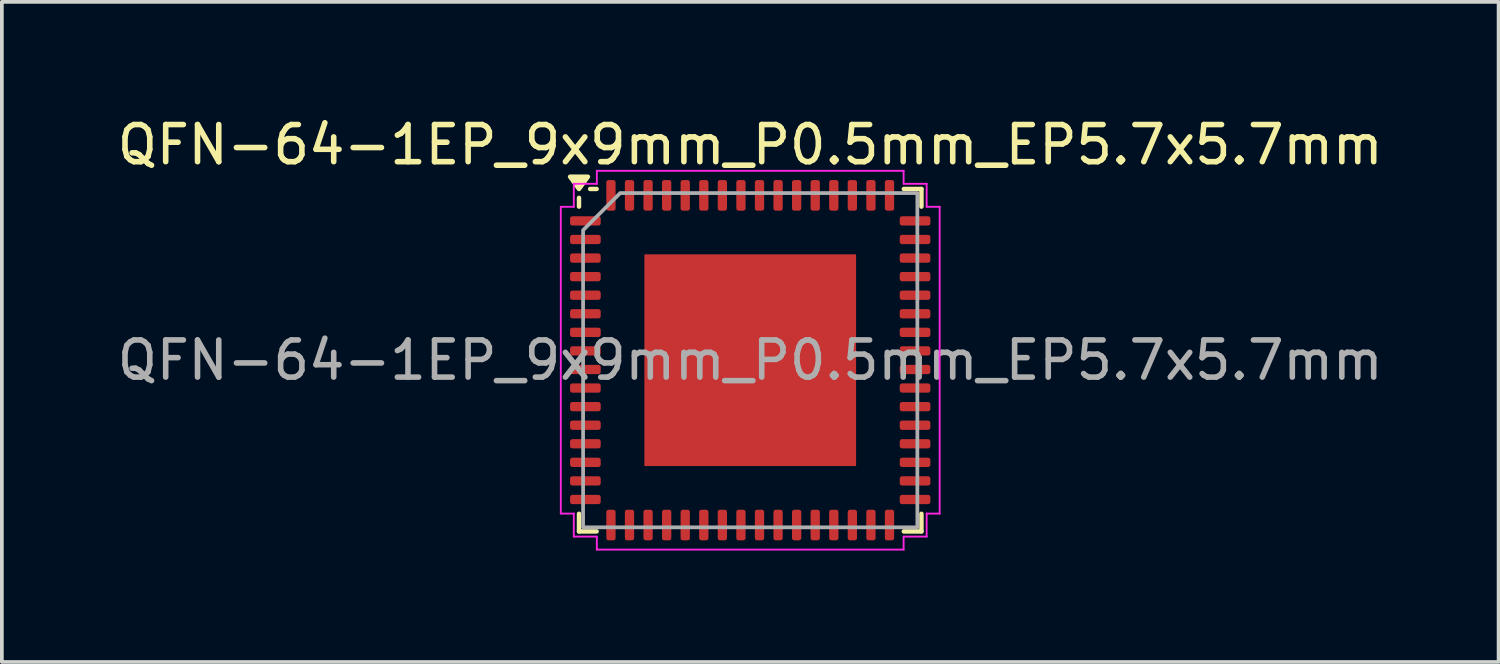
<source format=kicad_pcb>
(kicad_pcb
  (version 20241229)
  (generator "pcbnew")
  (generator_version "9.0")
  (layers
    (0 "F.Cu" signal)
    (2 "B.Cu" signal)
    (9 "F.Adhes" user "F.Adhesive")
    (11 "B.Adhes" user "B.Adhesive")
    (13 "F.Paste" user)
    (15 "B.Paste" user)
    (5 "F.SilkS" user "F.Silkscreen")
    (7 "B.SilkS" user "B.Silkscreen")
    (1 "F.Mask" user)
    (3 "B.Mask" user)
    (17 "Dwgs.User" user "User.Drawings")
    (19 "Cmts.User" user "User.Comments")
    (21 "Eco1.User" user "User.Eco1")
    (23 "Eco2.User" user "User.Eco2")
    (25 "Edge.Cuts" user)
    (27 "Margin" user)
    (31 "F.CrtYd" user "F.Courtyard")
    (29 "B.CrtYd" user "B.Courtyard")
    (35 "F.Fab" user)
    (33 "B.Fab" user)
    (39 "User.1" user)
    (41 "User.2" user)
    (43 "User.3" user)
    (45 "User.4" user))
  (footprint "QFN-64-1EP_9x9mm_P0.5mm_EP5.7x5.7mm"
    (layer "F.Cu")
    (at 17.149 6.648)
    (property "Reference" "QFN-64-1EP_9x9mm_P0.5mm_EP5.7x5.7mm" (at 0 -5.8 0) (layer "F.SilkS") (effects (font (size 1 1) (thickness 0.15))))
    (attr smd)
    (fp_line (start -4.61 -4.135) (end -4.61 -4.37) (stroke (width 0.12) (type solid)) (layer "F.SilkS"))
    (fp_line (start -4.61 4.61) (end -4.61 4.135) (stroke (width 0.12) (type solid)) (layer "F.SilkS"))
    (fp_line (start -4.135 -4.61) (end -4.31 -4.61) (stroke (width 0.12) (type solid)) (layer "F.SilkS"))
    (fp_line (start -4.135 4.61) (end -4.61 4.61) (stroke (width 0.12) (type solid)) (layer "F.SilkS"))
    (fp_line (start 4.135 -4.61) (end 4.61 -4.61) (stroke (width 0.12) (type solid)) (layer "F.SilkS"))
    (fp_line (start 4.135 4.61) (end 4.61 4.61) (stroke (width 0.12) (type solid)) (layer "F.SilkS"))
    (fp_line (start 4.61 -4.61) (end 4.61 -4.135) (stroke (width 0.12) (type solid)) (layer "F.SilkS"))
    (fp_line (start 4.61 4.61) (end 4.61 4.135) (stroke (width 0.12) (type solid)) (layer "F.SilkS"))
    (fp_poly (pts (xy -4.61 -4.61) (xy -4.85 -4.94) (xy -4.37 -4.94)) (stroke (width 0.12) (type solid)) (fill yes) (layer "F.SilkS"))
    (fp_line (start -5.1 -4.13) (end -4.75 -4.13) (stroke (width 0.05) (type solid)) (layer "F.CrtYd"))
    (fp_line (start -5.1 4.13) (end -5.1 -4.13) (stroke (width 0.05) (type solid)) (layer "F.CrtYd"))
    (fp_line (start -4.75 -4.75) (end -4.13 -4.75) (stroke (width 0.05) (type solid)) (layer "F.CrtYd"))
    (fp_line (start -4.75 -4.13) (end -4.75 -4.75) (stroke (width 0.05) (type solid)) (layer "F.CrtYd"))
    (fp_line (start -4.75 4.13) (end -5.1 4.13) (stroke (width 0.05) (type solid)) (layer "F.CrtYd"))
    (fp_line (start -4.75 4.75) (end -4.75 4.13) (stroke (width 0.05) (type solid)) (layer "F.CrtYd"))
    (fp_line (start -4.13 -5.1) (end 4.13 -5.1) (stroke (width 0.05) (type solid)) (layer "F.CrtYd"))
    (fp_line (start -4.13 -4.75) (end -4.13 -5.1) (stroke (width 0.05) (type solid)) (layer "F.CrtYd"))
    (fp_line (start -4.13 4.75) (end -4.75 4.75) (stroke (width 0.05) (type solid)) (layer "F.CrtYd"))
    (fp_line (start -4.13 5.1) (end -4.13 4.75) (stroke (width 0.05) (type solid)) (layer "F.CrtYd"))
    (fp_line (start 4.13 -5.1) (end 4.13 -4.75) (stroke (width 0.05) (type solid)) (layer "F.CrtYd"))
    (fp_line (start 4.13 -4.75) (end 4.75 -4.75) (stroke (width 0.05) (type solid)) (layer "F.CrtYd"))
    (fp_line (start 4.13 4.75) (end 4.13 5.1) (stroke (width 0.05) (type solid)) (layer "F.CrtYd"))
    (fp_line (start 4.13 5.1) (end -4.13 5.1) (stroke (width 0.05) (type solid)) (layer "F.CrtYd"))
    (fp_line (start 4.75 -4.75) (end 4.75 -4.13) (stroke (width 0.05) (type solid)) (layer "F.CrtYd"))
    (fp_line (start 4.75 -4.13) (end 5.1 -4.13) (stroke (width 0.05) (type solid)) (layer "F.CrtYd"))
    (fp_line (start 4.75 4.13) (end 4.75 4.75) (stroke (width 0.05) (type solid)) (layer "F.CrtYd"))
    (fp_line (start 4.75 4.75) (end 4.13 4.75) (stroke (width 0.05) (type solid)) (layer "F.CrtYd"))
    (fp_line (start 5.1 -4.13) (end 5.1 4.13) (stroke (width 0.05) (type solid)) (layer "F.CrtYd"))
    (fp_line (start 5.1 4.13) (end 4.75 4.13) (stroke (width 0.05) (type solid)) (layer "F.CrtYd"))
    (fp_poly (pts (xy -4.5 -3.5) (xy -4.5 4.5) (xy 4.5 4.5) (xy 4.5 -4.5) (xy -3.5 -4.5)) (stroke (width 0.1) (type solid)) (fill no) (layer "F.Fab"))
    (fp_text user "${REFERENCE}" (at 0 0 0) (layer "F.Fab") (effects (font (size 1 1) (thickness 0.15))))
    (pad "" smd roundrect (at -1.9 -1.9) (size 1.53 1.53) (layers "F.Paste") (roundrect_rratio 0.163))
    (pad "" smd roundrect (at -1.9 0) (size 1.53 1.53) (layers "F.Paste") (roundrect_rratio 0.163))
    (pad "" smd roundrect (at -1.9 1.9) (size 1.53 1.53) (layers "F.Paste") (roundrect_rratio 0.163))
    (pad "" smd roundrect (at 0 -1.9) (size 1.53 1.53) (layers "F.Paste") (roundrect_rratio 0.163))
    (pad "" smd roundrect (at 0 0) (size 1.53 1.53) (layers "F.Paste") (roundrect_rratio 0.163))
    (pad "" smd roundrect (at 0 1.9) (size 1.53 1.53) (layers "F.Paste") (roundrect_rratio 0.163))
    (pad "" smd roundrect (at 1.9 -1.9) (size 1.53 1.53) (layers "F.Paste") (roundrect_rratio 0.163))
    (pad "" smd roundrect (at 1.9 0) (size 1.53 1.53) (layers "F.Paste") (roundrect_rratio 0.163))
    (pad "" smd roundrect (at 1.9 1.9) (size 1.53 1.53) (layers "F.Paste") (roundrect_rratio 0.163))
    (pad "1" smd roundrect (at -4.438 -3.75) (size 0.825 0.25) (layers "F.Cu" "F.Mask" "F.Paste") (roundrect_rratio 0.25))
    (pad "2" smd roundrect (at -4.438 -3.25) (size 0.825 0.25) (layers "F.Cu" "F.Mask" "F.Paste") (roundrect_rratio 0.25))
    (pad "3" smd roundrect (at -4.438 -2.75) (size 0.825 0.25) (layers "F.Cu" "F.Mask" "F.Paste") (roundrect_rratio 0.25))
    (pad "4" smd roundrect (at -4.438 -2.25) (size 0.825 0.25) (layers "F.Cu" "F.Mask" "F.Paste") (roundrect_rratio 0.25))
    (pad "5" smd roundrect (at -4.438 -1.75) (size 0.825 0.25) (layers "F.Cu" "F.Mask" "F.Paste") (roundrect_rratio 0.25))
    (pad "6" smd roundrect (at -4.438 -1.25) (size 0.825 0.25) (layers "F.Cu" "F.Mask" "F.Paste") (roundrect_rratio 0.25))
    (pad "7" smd roundrect (at -4.438 -0.75) (size 0.825 0.25) (layers "F.Cu" "F.Mask" "F.Paste") (roundrect_rratio 0.25))
    (pad "8" smd roundrect (at -4.438 -0.25) (size 0.825 0.25) (layers "F.Cu" "F.Mask" "F.Paste") (roundrect_rratio 0.25))
    (pad "9" smd roundrect (at -4.438 0.25) (size 0.825 0.25) (layers "F.Cu" "F.Mask" "F.Paste") (roundrect_rratio 0.25))
    (pad "10" smd roundrect (at -4.438 0.75) (size 0.825 0.25) (layers "F.Cu" "F.Mask" "F.Paste") (roundrect_rratio 0.25))
    (pad "11" smd roundrect (at -4.438 1.25) (size 0.825 0.25) (layers "F.Cu" "F.Mask" "F.Paste") (roundrect_rratio 0.25))
    (pad "12" smd roundrect (at -4.438 1.75) (size 0.825 0.25) (layers "F.Cu" "F.Mask" "F.Paste") (roundrect_rratio 0.25))
    (pad "13" smd roundrect (at -4.438 2.25) (size 0.825 0.25) (layers "F.Cu" "F.Mask" "F.Paste") (roundrect_rratio 0.25))
    (pad "14" smd roundrect (at -4.438 2.75) (size 0.825 0.25) (layers "F.Cu" "F.Mask" "F.Paste") (roundrect_rratio 0.25))
    (pad "15" smd roundrect (at -4.438 3.25) (size 0.825 0.25) (layers "F.Cu" "F.Mask" "F.Paste") (roundrect_rratio 0.25))
    (pad "16" smd roundrect (at -4.438 3.75) (size 0.825 0.25) (layers "F.Cu" "F.Mask" "F.Paste") (roundrect_rratio 0.25))
    (pad "17" smd roundrect (at -3.75 4.438) (size 0.25 0.825) (layers "F.Cu" "F.Mask" "F.Paste") (roundrect_rratio 0.25))
    (pad "18" smd roundrect (at -3.25 4.438) (size 0.25 0.825) (layers "F.Cu" "F.Mask" "F.Paste") (roundrect_rratio 0.25))
    (pad "19" smd roundrect (at -2.75 4.438) (size 0.25 0.825) (layers "F.Cu" "F.Mask" "F.Paste") (roundrect_rratio 0.25))
    (pad "20" smd roundrect (at -2.25 4.438) (size 0.25 0.825) (layers "F.Cu" "F.Mask" "F.Paste") (roundrect_rratio 0.25))
    (pad "21" smd roundrect (at -1.75 4.438) (size 0.25 0.825) (layers "F.Cu" "F.Mask" "F.Paste") (roundrect_rratio 0.25))
    (pad "22" smd roundrect (at -1.25 4.438) (size 0.25 0.825) (layers "F.Cu" "F.Mask" "F.Paste") (roundrect_rratio 0.25))
    (pad "23" smd roundrect (at -0.75 4.438) (size 0.25 0.825) (layers "F.Cu" "F.Mask" "F.Paste") (roundrect_rratio 0.25))
    (pad "24" smd roundrect (at -0.25 4.438) (size 0.25 0.825) (layers "F.Cu" "F.Mask" "F.Paste") (roundrect_rratio 0.25))
    (pad "25" smd roundrect (at 0.25 4.438) (size 0.25 0.825) (layers "F.Cu" "F.Mask" "F.Paste") (roundrect_rratio 0.25))
    (pad "26" smd roundrect (at 0.75 4.438) (size 0.25 0.825) (layers "F.Cu" "F.Mask" "F.Paste") (roundrect_rratio 0.25))
    (pad "27" smd roundrect (at 1.25 4.438) (size 0.25 0.825) (layers "F.Cu" "F.Mask" "F.Paste") (roundrect_rratio 0.25))
    (pad "28" smd roundrect (at 1.75 4.438) (size 0.25 0.825) (layers "F.Cu" "F.Mask" "F.Paste") (roundrect_rratio 0.25))
    (pad "29" smd roundrect (at 2.25 4.438) (size 0.25 0.825) (layers "F.Cu" "F.Mask" "F.Paste") (roundrect_rratio 0.25))
    (pad "30" smd roundrect (at 2.75 4.438) (size 0.25 0.825) (layers "F.Cu" "F.Mask" "F.Paste") (roundrect_rratio 0.25))
    (pad "31" smd roundrect (at 3.25 4.438) (size 0.25 0.825) (layers "F.Cu" "F.Mask" "F.Paste") (roundrect_rratio 0.25))
    (pad "32" smd roundrect (at 3.75 4.438) (size 0.25 0.825) (layers "F.Cu" "F.Mask" "F.Paste") (roundrect_rratio 0.25))
    (pad "33" smd roundrect (at 4.438 3.75) (size 0.825 0.25) (layers "F.Cu" "F.Mask" "F.Paste") (roundrect_rratio 0.25))
    (pad "34" smd roundrect (at 4.438 3.25) (size 0.825 0.25) (layers "F.Cu" "F.Mask" "F.Paste") (roundrect_rratio 0.25))
    (pad "35" smd roundrect (at 4.438 2.75) (size 0.825 0.25) (layers "F.Cu" "F.Mask" "F.Paste") (roundrect_rratio 0.25))
    (pad "36" smd roundrect (at 4.438 2.25) (size 0.825 0.25) (layers "F.Cu" "F.Mask" "F.Paste") (roundrect_rratio 0.25))
    (pad "37" smd roundrect (at 4.438 1.75) (size 0.825 0.25) (layers "F.Cu" "F.Mask" "F.Paste") (roundrect_rratio 0.25))
    (pad "38" smd roundrect (at 4.438 1.25) (size 0.825 0.25) (layers "F.Cu" "F.Mask" "F.Paste") (roundrect_rratio 0.25))
    (pad "39" smd roundrect (at 4.438 0.75) (size 0.825 0.25) (layers "F.Cu" "F.Mask" "F.Paste") (roundrect_rratio 0.25))
    (pad "40" smd roundrect (at 4.438 0.25) (size 0.825 0.25) (layers "F.Cu" "F.Mask" "F.Paste") (roundrect_rratio 0.25))
    (pad "41" smd roundrect (at 4.438 -0.25) (size 0.825 0.25) (layers "F.Cu" "F.Mask" "F.Paste") (roundrect_rratio 0.25))
    (pad "42" smd roundrect (at 4.438 -0.75) (size 0.825 0.25) (layers "F.Cu" "F.Mask" "F.Paste") (roundrect_rratio 0.25))
    (pad "43" smd roundrect (at 4.438 -1.25) (size 0.825 0.25) (layers "F.Cu" "F.Mask" "F.Paste") (roundrect_rratio 0.25))
    (pad "44" smd roundrect (at 4.438 -1.75) (size 0.825 0.25) (layers "F.Cu" "F.Mask" "F.Paste") (roundrect_rratio 0.25))
    (pad "45" smd roundrect (at 4.438 -2.25) (size 0.825 0.25) (layers "F.Cu" "F.Mask" "F.Paste") (roundrect_rratio 0.25))
    (pad "46" smd roundrect (at 4.438 -2.75) (size 0.825 0.25) (layers "F.Cu" "F.Mask" "F.Paste") (roundrect_rratio 0.25))
    (pad "47" smd roundrect (at 4.438 -3.25) (size 0.825 0.25) (layers "F.Cu" "F.Mask" "F.Paste") (roundrect_rratio 0.25))
    (pad "48" smd roundrect (at 4.438 -3.75) (size 0.825 0.25) (layers "F.Cu" "F.Mask" "F.Paste") (roundrect_rratio 0.25))
    (pad "49" smd roundrect (at 3.75 -4.438) (size 0.25 0.825) (layers "F.Cu" "F.Mask" "F.Paste") (roundrect_rratio 0.25))
    (pad "50" smd roundrect (at 3.25 -4.438) (size 0.25 0.825) (layers "F.Cu" "F.Mask" "F.Paste") (roundrect_rratio 0.25))
    (pad "51" smd roundrect (at 2.75 -4.438) (size 0.25 0.825) (layers "F.Cu" "F.Mask" "F.Paste") (roundrect_rratio 0.25))
    (pad "52" smd roundrect (at 2.25 -4.438) (size 0.25 0.825) (layers "F.Cu" "F.Mask" "F.Paste") (roundrect_rratio 0.25))
    (pad "53" smd roundrect (at 1.75 -4.438) (size 0.25 0.825) (layers "F.Cu" "F.Mask" "F.Paste") (roundrect_rratio 0.25))
    (pad "54" smd roundrect (at 1.25 -4.438) (size 0.25 0.825) (layers "F.Cu" "F.Mask" "F.Paste") (roundrect_rratio 0.25))
    (pad "55" smd roundrect (at 0.75 -4.438) (size 0.25 0.825) (layers "F.Cu" "F.Mask" "F.Paste") (roundrect_rratio 0.25))
    (pad "56" smd roundrect (at 0.25 -4.438) (size 0.25 0.825) (layers "F.Cu" "F.Mask" "F.Paste") (roundrect_rratio 0.25))
    (pad "57" smd roundrect (at -0.25 -4.438) (size 0.25 0.825) (layers "F.Cu" "F.Mask" "F.Paste") (roundrect_rratio 0.25))
    (pad "58" smd roundrect (at -0.75 -4.438) (size 0.25 0.825) (layers "F.Cu" "F.Mask" "F.Paste") (roundrect_rratio 0.25))
    (pad "59" smd roundrect (at -1.25 -4.438) (size 0.25 0.825) (layers "F.Cu" "F.Mask" "F.Paste") (roundrect_rratio 0.25))
    (pad "60" smd roundrect (at -1.75 -4.438) (size 0.25 0.825) (layers "F.Cu" "F.Mask" "F.Paste") (roundrect_rratio 0.25))
    (pad "61" smd roundrect (at -2.25 -4.438) (size 0.25 0.825) (layers "F.Cu" "F.Mask" "F.Paste") (roundrect_rratio 0.25))
    (pad "62" smd roundrect (at -2.75 -4.438) (size 0.25 0.825) (layers "F.Cu" "F.Mask" "F.Paste") (roundrect_rratio 0.25))
    (pad "63" smd roundrect (at -3.25 -4.438) (size 0.25 0.825) (layers "F.Cu" "F.Mask" "F.Paste") (roundrect_rratio 0.25))
    (pad "64" smd roundrect (at -3.75 -4.438) (size 0.25 0.825) (layers "F.Cu" "F.Mask" "F.Paste") (roundrect_rratio 0.25))
    (pad "65" smd rect (at 0 0) (size 5.7 5.7) (property pad_prop_heatsink) (layers "F.Cu" "F.Mask")))
  (gr_rect
    (start -3 -3)
    (end 37.298 14.773)
    (stroke (width 0.1) (type default))
    (fill no)
    (layer "Edge.Cuts")))
</source>
